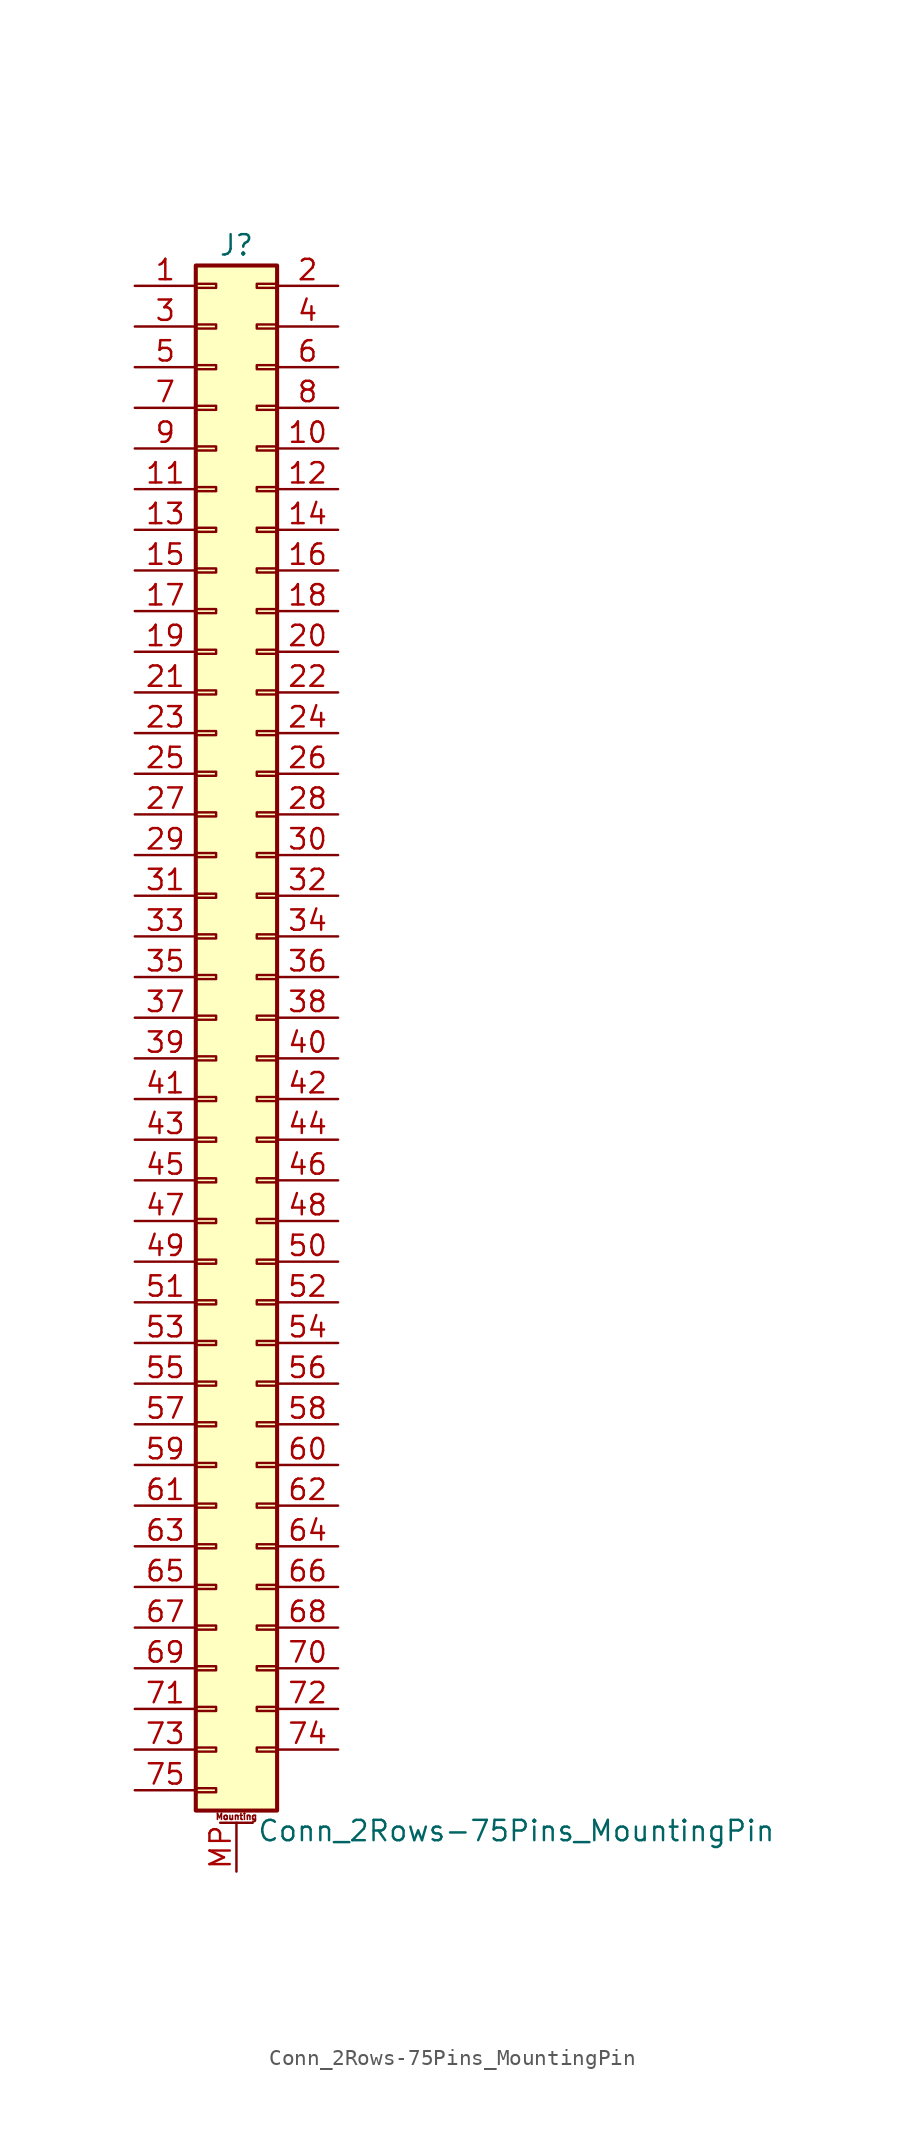
<source format=kicad_sym>
(kicad_symbol_lib
  (version 20220914)
  (generator kicad_symbol_editor)
  (symbol "Conn_2Rows-75Pins_MountingPin"
    (pin_names
      (offset 1.016) hide)
    (property "Reference" "J"
      (at 1.27 48.26 0)
      (effects (font (size 1.27 1.27))))
    (property "Value" "Conn_2Rows-75Pins_MountingPin"
      (at 2.54 -50.8 0)
      (effects (font (size 1.27 1.27)) (justify left)))
    (symbol "Conn_2Rows-75Pins_MountingPin_1_1"
      (rectangle (start -1.27 -48.133) (end 0 -48.387) (stroke (width 0.152) (type default)) (fill (type none)))
      (rectangle (start -1.27 -45.593) (end 0 -45.847) (stroke (width 0.152) (type default)) (fill (type none)))
      (rectangle (start -1.27 -43.053) (end 0 -43.307) (stroke (width 0.152) (type default)) (fill (type none)))
      (rectangle (start -1.27 -40.513) (end 0 -40.767) (stroke (width 0.152) (type default)) (fill (type none)))
      (rectangle (start -1.27 -37.973) (end 0 -38.227) (stroke (width 0.152) (type default)) (fill (type none)))
      (rectangle (start -1.27 -35.433) (end 0 -35.687) (stroke (width 0.152) (type default)) (fill (type none)))
      (rectangle (start -1.27 -32.893) (end 0 -33.147) (stroke (width 0.152) (type default)) (fill (type none)))
      (rectangle (start -1.27 -30.353) (end 0 -30.607) (stroke (width 0.152) (type default)) (fill (type none)))
      (rectangle (start -1.27 -27.813) (end 0 -28.067) (stroke (width 0.152) (type default)) (fill (type none)))
      (rectangle (start -1.27 -25.273) (end 0 -25.527) (stroke (width 0.152) (type default)) (fill (type none)))
      (rectangle (start -1.27 -22.733) (end 0 -22.987) (stroke (width 0.152) (type default)) (fill (type none)))
      (rectangle (start -1.27 -20.193) (end 0 -20.447) (stroke (width 0.152) (type default)) (fill (type none)))
      (rectangle (start -1.27 -17.653) (end 0 -17.907) (stroke (width 0.152) (type default)) (fill (type none)))
      (rectangle (start -1.27 -15.113) (end 0 -15.367) (stroke (width 0.152) (type default)) (fill (type none)))
      (rectangle (start -1.27 -12.573) (end 0 -12.827) (stroke (width 0.152) (type default)) (fill (type none)))
      (rectangle (start -1.27 -10.033) (end 0 -10.287) (stroke (width 0.152) (type default)) (fill (type none)))
      (rectangle (start -1.27 -7.493) (end 0 -7.747) (stroke (width 0.152) (type default)) (fill (type none)))
      (rectangle (start -1.27 -4.953) (end 0 -5.207) (stroke (width 0.152) (type default)) (fill (type none)))
      (rectangle (start -1.27 -2.413) (end 0 -2.667) (stroke (width 0.152) (type default)) (fill (type none)))
      (rectangle (start -1.27 0.127) (end 0 -0.127) (stroke (width 0.152) (type default)) (fill (type none)))
      (rectangle (start -1.27 2.667) (end 0 2.413) (stroke (width 0.152) (type default)) (fill (type none)))
      (rectangle (start -1.27 5.207) (end 0 4.953) (stroke (width 0.152) (type default)) (fill (type none)))
      (rectangle (start -1.27 7.747) (end 0 7.493) (stroke (width 0.152) (type default)) (fill (type none)))
      (rectangle (start -1.27 10.287) (end 0 10.033) (stroke (width 0.152) (type default)) (fill (type none)))
      (rectangle (start -1.27 12.827) (end 0 12.573) (stroke (width 0.152) (type default)) (fill (type none)))
      (rectangle (start -1.27 15.367) (end 0 15.113) (stroke (width 0.152) (type default)) (fill (type none)))
      (rectangle (start -1.27 17.907) (end 0 17.653) (stroke (width 0.152) (type default)) (fill (type none)))
      (rectangle (start -1.27 20.447) (end 0 20.193) (stroke (width 0.152) (type default)) (fill (type none)))
      (rectangle (start -1.27 22.987) (end 0 22.733) (stroke (width 0.152) (type default)) (fill (type none)))
      (rectangle (start -1.27 25.527) (end 0 25.273) (stroke (width 0.152) (type default)) (fill (type none)))
      (rectangle (start -1.27 28.067) (end 0 27.813) (stroke (width 0.152) (type default)) (fill (type none)))
      (rectangle (start -1.27 30.607) (end 0 30.353) (stroke (width 0.152) (type default)) (fill (type none)))
      (rectangle (start -1.27 33.147) (end 0 32.893) (stroke (width 0.152) (type default)) (fill (type none)))
      (rectangle (start -1.27 35.687) (end 0 35.433) (stroke (width 0.152) (type default)) (fill (type none)))
      (rectangle (start -1.27 38.227) (end 0 37.973) (stroke (width 0.152) (type default)) (fill (type none)))
      (rectangle (start -1.27 40.767) (end 0 40.513) (stroke (width 0.152) (type default)) (fill (type none)))
      (rectangle (start -1.27 43.307) (end 0 43.053) (stroke (width 0.152) (type default)) (fill (type none)))
      (rectangle (start -1.27 45.847) (end 0 45.593) (stroke (width 0.152) (type default)) (fill (type none)))
      (rectangle (start -1.27 46.99) (end 3.81 -49.53) (stroke (width 0.254) (type default)) (fill (type background)))
      (polyline (pts (xy 0.254 -50.292) (xy 2.286 -50.292)) (stroke (width 0.152) (type default)) (fill (type none)))
      (rectangle (start 3.81 -45.593) (end 2.54 -45.847) (stroke (width 0.152) (type default)) (fill (type none)))
      (rectangle (start 3.81 -43.053) (end 2.54 -43.307) (stroke (width 0.152) (type default)) (fill (type none)))
      (rectangle (start 3.81 -40.513) (end 2.54 -40.767) (stroke (width 0.152) (type default)) (fill (type none)))
      (rectangle (start 3.81 -37.973) (end 2.54 -38.227) (stroke (width 0.152) (type default)) (fill (type none)))
      (rectangle (start 3.81 -35.433) (end 2.54 -35.687) (stroke (width 0.152) (type default)) (fill (type none)))
      (rectangle (start 3.81 -32.893) (end 2.54 -33.147) (stroke (width 0.152) (type default)) (fill (type none)))
      (rectangle (start 3.81 -30.353) (end 2.54 -30.607) (stroke (width 0.152) (type default)) (fill (type none)))
      (rectangle (start 3.81 -27.813) (end 2.54 -28.067) (stroke (width 0.152) (type default)) (fill (type none)))
      (rectangle (start 3.81 -25.273) (end 2.54 -25.527) (stroke (width 0.152) (type default)) (fill (type none)))
      (rectangle (start 3.81 -22.733) (end 2.54 -22.987) (stroke (width 0.152) (type default)) (fill (type none)))
      (rectangle (start 3.81 -20.193) (end 2.54 -20.447) (stroke (width 0.152) (type default)) (fill (type none)))
      (rectangle (start 3.81 -17.653) (end 2.54 -17.907) (stroke (width 0.152) (type default)) (fill (type none)))
      (rectangle (start 3.81 -15.113) (end 2.54 -15.367) (stroke (width 0.152) (type default)) (fill (type none)))
      (rectangle (start 3.81 -12.573) (end 2.54 -12.827) (stroke (width 0.152) (type default)) (fill (type none)))
      (rectangle (start 3.81 -10.033) (end 2.54 -10.287) (stroke (width 0.152) (type default)) (fill (type none)))
      (rectangle (start 3.81 -7.493) (end 2.54 -7.747) (stroke (width 0.152) (type default)) (fill (type none)))
      (rectangle (start 3.81 -4.953) (end 2.54 -5.207) (stroke (width 0.152) (type default)) (fill (type none)))
      (rectangle (start 3.81 -2.413) (end 2.54 -2.667) (stroke (width 0.152) (type default)) (fill (type none)))
      (rectangle (start 3.81 0.127) (end 2.54 -0.127) (stroke (width 0.152) (type default)) (fill (type none)))
      (rectangle (start 3.81 2.667) (end 2.54 2.413) (stroke (width 0.152) (type default)) (fill (type none)))
      (rectangle (start 3.81 5.207) (end 2.54 4.953) (stroke (width 0.152) (type default)) (fill (type none)))
      (rectangle (start 3.81 7.747) (end 2.54 7.493) (stroke (width 0.152) (type default)) (fill (type none)))
      (rectangle (start 3.81 10.287) (end 2.54 10.033) (stroke (width 0.152) (type default)) (fill (type none)))
      (rectangle (start 3.81 12.827) (end 2.54 12.573) (stroke (width 0.152) (type default)) (fill (type none)))
      (rectangle (start 3.81 15.367) (end 2.54 15.113) (stroke (width 0.152) (type default)) (fill (type none)))
      (rectangle (start 3.81 17.907) (end 2.54 17.653) (stroke (width 0.152) (type default)) (fill (type none)))
      (rectangle (start 3.81 20.447) (end 2.54 20.193) (stroke (width 0.152) (type default)) (fill (type none)))
      (rectangle (start 3.81 22.987) (end 2.54 22.733) (stroke (width 0.152) (type default)) (fill (type none)))
      (rectangle (start 3.81 25.527) (end 2.54 25.273) (stroke (width 0.152) (type default)) (fill (type none)))
      (rectangle (start 3.81 28.067) (end 2.54 27.813) (stroke (width 0.152) (type default)) (fill (type none)))
      (rectangle (start 3.81 30.607) (end 2.54 30.353) (stroke (width 0.152) (type default)) (fill (type none)))
      (rectangle (start 3.81 33.147) (end 2.54 32.893) (stroke (width 0.152) (type default)) (fill (type none)))
      (rectangle (start 3.81 35.687) (end 2.54 35.433) (stroke (width 0.152) (type default)) (fill (type none)))
      (rectangle (start 3.81 38.227) (end 2.54 37.973) (stroke (width 0.152) (type default)) (fill (type none)))
      (rectangle (start 3.81 40.767) (end 2.54 40.513) (stroke (width 0.152) (type default)) (fill (type none)))
      (rectangle (start 3.81 43.307) (end 2.54 43.053) (stroke (width 0.152) (type default)) (fill (type none)))
      (rectangle (start 3.81 45.847) (end 2.54 45.593) (stroke (width 0.152) (type default)) (fill (type none)))
      (text "Mounting" (at 1.27 -49.911 0) (effects (font (size 0.381 0.381))))
      (pin passive line (at -5.08 45.72 0) (length 3.81) (name "Pin_1" (effects (font (size 1.27 1.27)))) (number "1" (effects (font (size 1.27 1.27)))))
      (pin passive line (at 7.62 35.56 180) (length 3.81) (name "Pin_10" (effects (font (size 1.27 1.27)))) (number "10" (effects (font (size 1.27 1.27)))))
      (pin passive line (at -5.08 33.02 0) (length 3.81) (name "Pin_11" (effects (font (size 1.27 1.27)))) (number "11" (effects (font (size 1.27 1.27)))))
      (pin passive line (at 7.62 33.02 180) (length 3.81) (name "Pin_12" (effects (font (size 1.27 1.27)))) (number "12" (effects (font (size 1.27 1.27)))))
      (pin passive line (at -5.08 30.48 0) (length 3.81) (name "Pin_13" (effects (font (size 1.27 1.27)))) (number "13" (effects (font (size 1.27 1.27)))))
      (pin passive line (at 7.62 30.48 180) (length 3.81) (name "Pin_14" (effects (font (size 1.27 1.27)))) (number "14" (effects (font (size 1.27 1.27)))))
      (pin passive line (at -5.08 27.94 0) (length 3.81) (name "Pin_15" (effects (font (size 1.27 1.27)))) (number "15" (effects (font (size 1.27 1.27)))))
      (pin passive line (at 7.62 27.94 180) (length 3.81) (name "Pin_16" (effects (font (size 1.27 1.27)))) (number "16" (effects (font (size 1.27 1.27)))))
      (pin passive line (at -5.08 25.4 0) (length 3.81) (name "Pin_17" (effects (font (size 1.27 1.27)))) (number "17" (effects (font (size 1.27 1.27)))))
      (pin passive line (at 7.62 25.4 180) (length 3.81) (name "Pin_18" (effects (font (size 1.27 1.27)))) (number "18" (effects (font (size 1.27 1.27)))))
      (pin passive line (at -5.08 22.86 0) (length 3.81) (name "Pin_19" (effects (font (size 1.27 1.27)))) (number "19" (effects (font (size 1.27 1.27)))))
      (pin passive line (at 7.62 45.72 180) (length 3.81) (name "Pin_2" (effects (font (size 1.27 1.27)))) (number "2" (effects (font (size 1.27 1.27)))))
      (pin passive line (at 7.62 22.86 180) (length 3.81) (name "Pin_20" (effects (font (size 1.27 1.27)))) (number "20" (effects (font (size 1.27 1.27)))))
      (pin passive line (at -5.08 20.32 0) (length 3.81) (name "Pin_21" (effects (font (size 1.27 1.27)))) (number "21" (effects (font (size 1.27 1.27)))))
      (pin passive line (at 7.62 20.32 180) (length 3.81) (name "Pin_22" (effects (font (size 1.27 1.27)))) (number "22" (effects (font (size 1.27 1.27)))))
      (pin passive line (at -5.08 17.78 0) (length 3.81) (name "Pin_23" (effects (font (size 1.27 1.27)))) (number "23" (effects (font (size 1.27 1.27)))))
      (pin passive line (at 7.62 17.78 180) (length 3.81) (name "Pin_24" (effects (font (size 1.27 1.27)))) (number "24" (effects (font (size 1.27 1.27)))))
      (pin passive line (at -5.08 15.24 0) (length 3.81) (name "Pin_25" (effects (font (size 1.27 1.27)))) (number "25" (effects (font (size 1.27 1.27)))))
      (pin passive line (at 7.62 15.24 180) (length 3.81) (name "Pin_26" (effects (font (size 1.27 1.27)))) (number "26" (effects (font (size 1.27 1.27)))))
      (pin passive line (at -5.08 12.7 0) (length 3.81) (name "Pin_27" (effects (font (size 1.27 1.27)))) (number "27" (effects (font (size 1.27 1.27)))))
      (pin passive line (at 7.62 12.7 180) (length 3.81) (name "Pin_28" (effects (font (size 1.27 1.27)))) (number "28" (effects (font (size 1.27 1.27)))))
      (pin passive line (at -5.08 10.16 0) (length 3.81) (name "Pin_29" (effects (font (size 1.27 1.27)))) (number "29" (effects (font (size 1.27 1.27)))))
      (pin passive line (at -5.08 43.18 0) (length 3.81) (name "Pin_3" (effects (font (size 1.27 1.27)))) (number "3" (effects (font (size 1.27 1.27)))))
      (pin passive line (at 7.62 10.16 180) (length 3.81) (name "Pin_30" (effects (font (size 1.27 1.27)))) (number "30" (effects (font (size 1.27 1.27)))))
      (pin passive line (at -5.08 7.62 0) (length 3.81) (name "Pin_31" (effects (font (size 1.27 1.27)))) (number "31" (effects (font (size 1.27 1.27)))))
      (pin passive line (at 7.62 7.62 180) (length 3.81) (name "Pin_32" (effects (font (size 1.27 1.27)))) (number "32" (effects (font (size 1.27 1.27)))))
      (pin passive line (at -5.08 5.08 0) (length 3.81) (name "Pin_33" (effects (font (size 1.27 1.27)))) (number "33" (effects (font (size 1.27 1.27)))))
      (pin passive line (at 7.62 5.08 180) (length 3.81) (name "Pin_34" (effects (font (size 1.27 1.27)))) (number "34" (effects (font (size 1.27 1.27)))))
      (pin passive line (at -5.08 2.54 0) (length 3.81) (name "Pin_35" (effects (font (size 1.27 1.27)))) (number "35" (effects (font (size 1.27 1.27)))))
      (pin passive line (at 7.62 2.54 180) (length 3.81) (name "Pin_36" (effects (font (size 1.27 1.27)))) (number "36" (effects (font (size 1.27 1.27)))))
      (pin passive line (at -5.08 0 0) (length 3.81) (name "Pin_37" (effects (font (size 1.27 1.27)))) (number "37" (effects (font (size 1.27 1.27)))))
      (pin passive line (at 7.62 0 180) (length 3.81) (name "Pin_38" (effects (font (size 1.27 1.27)))) (number "38" (effects (font (size 1.27 1.27)))))
      (pin passive line (at -5.08 -2.54 0) (length 3.81) (name "Pin_39" (effects (font (size 1.27 1.27)))) (number "39" (effects (font (size 1.27 1.27)))))
      (pin passive line (at 7.62 43.18 180) (length 3.81) (name "Pin_4" (effects (font (size 1.27 1.27)))) (number "4" (effects (font (size 1.27 1.27)))))
      (pin passive line (at 7.62 -2.54 180) (length 3.81) (name "Pin_40" (effects (font (size 1.27 1.27)))) (number "40" (effects (font (size 1.27 1.27)))))
      (pin passive line (at -5.08 -5.08 0) (length 3.81) (name "Pin_41" (effects (font (size 1.27 1.27)))) (number "41" (effects (font (size 1.27 1.27)))))
      (pin passive line (at 7.62 -5.08 180) (length 3.81) (name "Pin_42" (effects (font (size 1.27 1.27)))) (number "42" (effects (font (size 1.27 1.27)))))
      (pin passive line (at -5.08 -7.62 0) (length 3.81) (name "Pin_43" (effects (font (size 1.27 1.27)))) (number "43" (effects (font (size 1.27 1.27)))))
      (pin passive line (at 7.62 -7.62 180) (length 3.81) (name "Pin_44" (effects (font (size 1.27 1.27)))) (number "44" (effects (font (size 1.27 1.27)))))
      (pin passive line (at -5.08 -10.16 0) (length 3.81) (name "Pin_45" (effects (font (size 1.27 1.27)))) (number "45" (effects (font (size 1.27 1.27)))))
      (pin passive line (at 7.62 -10.16 180) (length 3.81) (name "Pin_46" (effects (font (size 1.27 1.27)))) (number "46" (effects (font (size 1.27 1.27)))))
      (pin passive line (at -5.08 -12.7 0) (length 3.81) (name "Pin_47" (effects (font (size 1.27 1.27)))) (number "47" (effects (font (size 1.27 1.27)))))
      (pin passive line (at 7.62 -12.7 180) (length 3.81) (name "Pin_48" (effects (font (size 1.27 1.27)))) (number "48" (effects (font (size 1.27 1.27)))))
      (pin passive line (at -5.08 -15.24 0) (length 3.81) (name "Pin_49" (effects (font (size 1.27 1.27)))) (number "49" (effects (font (size 1.27 1.27)))))
      (pin passive line (at -5.08 40.64 0) (length 3.81) (name "Pin_5" (effects (font (size 1.27 1.27)))) (number "5" (effects (font (size 1.27 1.27)))))
      (pin passive line (at 7.62 -15.24 180) (length 3.81) (name "Pin_50" (effects (font (size 1.27 1.27)))) (number "50" (effects (font (size 1.27 1.27)))))
      (pin passive line (at -5.08 -17.78 0) (length 3.81) (name "Pin_51" (effects (font (size 1.27 1.27)))) (number "51" (effects (font (size 1.27 1.27)))))
      (pin passive line (at 7.62 -17.78 180) (length 3.81) (name "Pin_52" (effects (font (size 1.27 1.27)))) (number "52" (effects (font (size 1.27 1.27)))))
      (pin passive line (at -5.08 -20.32 0) (length 3.81) (name "Pin_53" (effects (font (size 1.27 1.27)))) (number "53" (effects (font (size 1.27 1.27)))))
      (pin passive line (at 7.62 -20.32 180) (length 3.81) (name "Pin_54" (effects (font (size 1.27 1.27)))) (number "54" (effects (font (size 1.27 1.27)))))
      (pin passive line (at -5.08 -22.86 0) (length 3.81) (name "Pin_55" (effects (font (size 1.27 1.27)))) (number "55" (effects (font (size 1.27 1.27)))))
      (pin passive line (at 7.62 -22.86 180) (length 3.81) (name "Pin_56" (effects (font (size 1.27 1.27)))) (number "56" (effects (font (size 1.27 1.27)))))
      (pin passive line (at -5.08 -25.4 0) (length 3.81) (name "Pin_57" (effects (font (size 1.27 1.27)))) (number "57" (effects (font (size 1.27 1.27)))))
      (pin passive line (at 7.62 -25.4 180) (length 3.81) (name "Pin_58" (effects (font (size 1.27 1.27)))) (number "58" (effects (font (size 1.27 1.27)))))
      (pin passive line (at -5.08 -27.94 0) (length 3.81) (name "Pin_59" (effects (font (size 1.27 1.27)))) (number "59" (effects (font (size 1.27 1.27)))))
      (pin passive line (at 7.62 40.64 180) (length 3.81) (name "Pin_6" (effects (font (size 1.27 1.27)))) (number "6" (effects (font (size 1.27 1.27)))))
      (pin passive line (at 7.62 -27.94 180) (length 3.81) (name "Pin_60" (effects (font (size 1.27 1.27)))) (number "60" (effects (font (size 1.27 1.27)))))
      (pin passive line (at -5.08 -30.48 0) (length 3.81) (name "Pin_61" (effects (font (size 1.27 1.27)))) (number "61" (effects (font (size 1.27 1.27)))))
      (pin passive line (at 7.62 -30.48 180) (length 3.81) (name "Pin_62" (effects (font (size 1.27 1.27)))) (number "62" (effects (font (size 1.27 1.27)))))
      (pin passive line (at -5.08 -33.02 0) (length 3.81) (name "Pin_63" (effects (font (size 1.27 1.27)))) (number "63" (effects (font (size 1.27 1.27)))))
      (pin passive line (at 7.62 -33.02 180) (length 3.81) (name "Pin_64" (effects (font (size 1.27 1.27)))) (number "64" (effects (font (size 1.27 1.27)))))
      (pin passive line (at -5.08 -35.56 0) (length 3.81) (name "Pin_65" (effects (font (size 1.27 1.27)))) (number "65" (effects (font (size 1.27 1.27)))))
      (pin passive line (at 7.62 -35.56 180) (length 3.81) (name "Pin_66" (effects (font (size 1.27 1.27)))) (number "66" (effects (font (size 1.27 1.27)))))
      (pin passive line (at -5.08 -38.1 0) (length 3.81) (name "Pin_67" (effects (font (size 1.27 1.27)))) (number "67" (effects (font (size 1.27 1.27)))))
      (pin passive line (at 7.62 -38.1 180) (length 3.81) (name "Pin_68" (effects (font (size 1.27 1.27)))) (number "68" (effects (font (size 1.27 1.27)))))
      (pin passive line (at -5.08 -40.64 0) (length 3.81) (name "Pin_69" (effects (font (size 1.27 1.27)))) (number "69" (effects (font (size 1.27 1.27)))))
      (pin passive line (at -5.08 38.1 0) (length 3.81) (name "Pin_7" (effects (font (size 1.27 1.27)))) (number "7" (effects (font (size 1.27 1.27)))))
      (pin passive line (at 7.62 -40.64 180) (length 3.81) (name "Pin_70" (effects (font (size 1.27 1.27)))) (number "70" (effects (font (size 1.27 1.27)))))
      (pin passive line (at -5.08 -43.18 0) (length 3.81) (name "Pin_71" (effects (font (size 1.27 1.27)))) (number "71" (effects (font (size 1.27 1.27)))))
      (pin passive line (at 7.62 -43.18 180) (length 3.81) (name "Pin_72" (effects (font (size 1.27 1.27)))) (number "72" (effects (font (size 1.27 1.27)))))
      (pin passive line (at -5.08 -45.72 0) (length 3.81) (name "Pin_73" (effects (font (size 1.27 1.27)))) (number "73" (effects (font (size 1.27 1.27)))))
      (pin passive line (at 7.62 -45.72 180) (length 3.81) (name "Pin_74" (effects (font (size 1.27 1.27)))) (number "74" (effects (font (size 1.27 1.27)))))
      (pin passive line (at -5.08 -48.26 0) (length 3.81) (name "Pin_75" (effects (font (size 1.27 1.27)))) (number "75" (effects (font (size 1.27 1.27)))))
      (pin passive line (at 7.62 38.1 180) (length 3.81) (name "Pin_8" (effects (font (size 1.27 1.27)))) (number "8" (effects (font (size 1.27 1.27)))))
      (pin passive line (at -5.08 35.56 0) (length 3.81) (name "Pin_9" (effects (font (size 1.27 1.27)))) (number "9" (effects (font (size 1.27 1.27)))))
      (pin passive line (at 1.27 -53.34 90) (length 3.048) (name "MountPin" (effects (font (size 1.27 1.27)))) (number "MP" (effects (font (size 1.27 1.27))))))))
</source>
